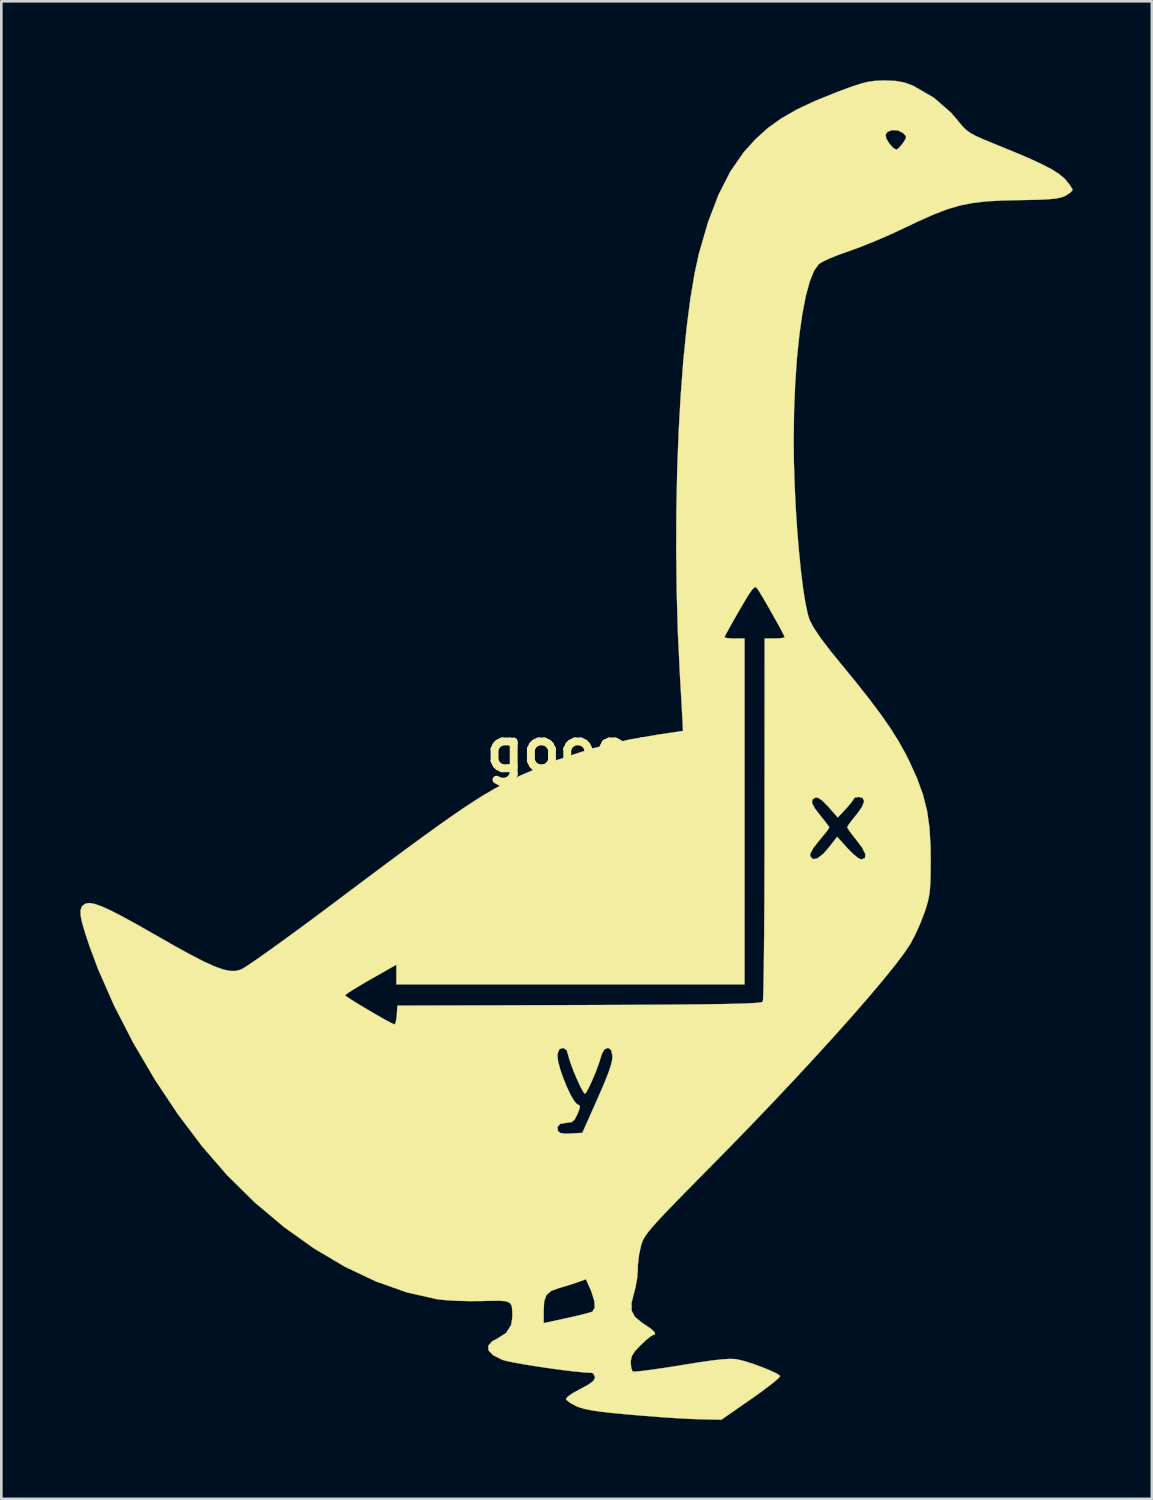
<source format=kicad_pcb>
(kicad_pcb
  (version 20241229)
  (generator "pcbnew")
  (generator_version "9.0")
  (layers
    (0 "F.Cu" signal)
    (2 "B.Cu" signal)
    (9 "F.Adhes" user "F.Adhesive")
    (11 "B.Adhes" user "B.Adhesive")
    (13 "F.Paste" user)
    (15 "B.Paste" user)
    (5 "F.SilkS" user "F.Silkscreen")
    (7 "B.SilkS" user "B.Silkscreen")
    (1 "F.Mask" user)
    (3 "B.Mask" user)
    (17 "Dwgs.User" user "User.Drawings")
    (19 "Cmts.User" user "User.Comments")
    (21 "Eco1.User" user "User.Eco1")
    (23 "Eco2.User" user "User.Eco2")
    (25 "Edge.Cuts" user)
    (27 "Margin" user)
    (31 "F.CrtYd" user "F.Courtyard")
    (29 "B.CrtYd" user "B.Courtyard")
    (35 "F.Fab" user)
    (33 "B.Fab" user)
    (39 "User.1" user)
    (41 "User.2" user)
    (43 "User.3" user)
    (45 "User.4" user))
  (footprint "goose"
    (layer "F.Cu")
    (at 18.759 25.404)
    (property "Reference" "goose" (at 0 0 0) (layer "F.SilkS") (effects (font (size 1.524 1.524) (thickness 0.3))))
    (attr through_hole)
    (fp_poly (pts (xy 12.166 -25.383) (xy 12.487 -25.327) (xy 12.794 -25.216) (xy 12.86 -25.186) (xy 13.62 -24.744) (xy 14.266 -24.181) (xy 14.519 -23.886) (xy 14.676 -23.693) (xy 14.819 -23.545) (xy 14.98 -23.422) (xy 15.191 -23.304) (xy 15.487 -23.17) (xy 15.9 -23.001) (xy 16.022 -22.951) (xy 16.739 -22.658) (xy 17.314 -22.411) (xy 17.764 -22.2) (xy 18.109 -22.018) (xy 18.365 -21.854) (xy 18.551 -21.7) (xy 18.617 -21.63) (xy 18.774 -21.436) (xy 18.868 -21.289) (xy 18.881 -21.251) (xy 18.813 -21.163) (xy 18.646 -21.049) (xy 18.605 -21.027) (xy 18.465 -20.97) (xy 18.275 -20.928) (xy 18.007 -20.899) (xy 17.634 -20.879) (xy 17.128 -20.867) (xy 16.933 -20.864) (xy 16.205 -20.848) (xy 15.599 -20.814) (xy 15.075 -20.753) (xy 14.593 -20.656) (xy 14.114 -20.513) (xy 13.599 -20.314) (xy 13.007 -20.05) (xy 12.443 -19.782) (xy 11.939 -19.548) (xy 11.39 -19.311) (xy 10.86 -19.097) (xy 10.41 -18.932) (xy 10.369 -18.918) (xy 9.978 -18.779) (xy 9.632 -18.638) (xy 9.371 -18.513) (xy 9.249 -18.433) (xy 9.072 -18.183) (xy 8.909 -17.777) (xy 8.76 -17.231) (xy 8.629 -16.559) (xy 8.517 -15.773) (xy 8.425 -14.889) (xy 8.357 -13.921) (xy 8.314 -12.882) (xy 8.299 -11.787) (xy 8.299 -11.767) (xy 8.307 -10.945) (xy 8.333 -10.09) (xy 8.375 -9.227) (xy 8.43 -8.378) (xy 8.496 -7.567) (xy 8.571 -6.816) (xy 8.654 -6.149) (xy 8.742 -5.59) (xy 8.833 -5.161) (xy 8.896 -4.957) (xy 9.047 -4.659) (xy 9.315 -4.256) (xy 9.705 -3.746) (xy 10.004 -3.379) (xy 10.636 -2.608) (xy 11.165 -1.938) (xy 11.605 -1.351) (xy 11.971 -0.825) (xy 12.275 -0.341) (xy 12.534 0.122) (xy 12.661 0.373) (xy 12.975 1.062) (xy 13.203 1.688) (xy 13.359 2.302) (xy 13.451 2.954) (xy 13.493 3.694) (xy 13.497 4.149) (xy 13.494 4.668) (xy 13.484 5.058) (xy 13.461 5.359) (xy 13.421 5.612) (xy 13.359 5.857) (xy 13.271 6.135) (xy 13.27 6.138) (xy 13.115 6.546) (xy 12.923 6.975) (xy 12.735 7.334) (xy 12.728 7.347) (xy 12.499 7.69) (xy 12.159 8.142) (xy 11.718 8.689) (xy 11.185 9.322) (xy 10.57 10.03) (xy 9.883 10.801) (xy 9.135 11.624) (xy 8.334 12.489) (xy 7.49 13.385) (xy 6.615 14.3) (xy 5.716 15.223) (xy 5.321 15.625) (xy 4.684 16.27) (xy 4.155 16.807) (xy 3.725 17.249) (xy 3.381 17.607) (xy 3.114 17.894) (xy 2.912 18.122) (xy 2.765 18.303) (xy 2.662 18.449) (xy 2.591 18.573) (xy 2.543 18.686) (xy 2.507 18.8) (xy 2.432 19.154) (xy 2.389 19.528) (xy 2.386 19.685) (xy 2.363 20.018) (xy 2.296 20.395) (xy 2.244 20.584) (xy 2.147 20.978) (xy 2.154 21.271) (xy 2.281 21.505) (xy 2.539 21.72) (xy 2.628 21.777) (xy 2.894 21.96) (xy 3.033 22.095) (xy 3.036 22.17) (xy 2.971 22.183) (xy 2.875 22.238) (xy 2.699 22.381) (xy 2.505 22.561) (xy 2.279 22.8) (xy 2.159 22.989) (xy 2.118 23.178) (xy 2.117 23.233) (xy 2.137 23.444) (xy 2.188 23.57) (xy 2.196 23.576) (xy 2.299 23.577) (xy 2.544 23.553) (xy 2.904 23.507) (xy 3.354 23.442) (xy 3.867 23.362) (xy 4.037 23.334) (xy 4.678 23.231) (xy 5.176 23.159) (xy 5.555 23.115) (xy 5.84 23.096) (xy 6.052 23.1) (xy 6.181 23.118) (xy 6.453 23.186) (xy 6.777 23.29) (xy 7.113 23.413) (xy 7.419 23.539) (xy 7.655 23.651) (xy 7.778 23.735) (xy 7.786 23.747) (xy 7.73 23.821) (xy 7.557 23.972) (xy 7.288 24.181) (xy 6.947 24.432) (xy 6.688 24.615) (xy 5.559 25.4) (xy 4.875 25.388) (xy 4.476 25.376) (xy 3.989 25.352) (xy 3.497 25.322) (xy 3.302 25.308) (xy 2.503 25.245) (xy 1.853 25.189) (xy 1.334 25.139) (xy 0.927 25.091) (xy 0.612 25.043) (xy 0.369 24.993) (xy 0.18 24.938) (xy 0.054 24.888) (xy -0.171 24.77) (xy -0.313 24.659) (xy -0.339 24.61) (xy -0.268 24.524) (xy -0.082 24.394) (xy 0.182 24.248) (xy 0.212 24.234) (xy 0.526 24.063) (xy 0.702 23.927) (xy 0.762 23.805) (xy 0.762 23.792) (xy 0.702 23.649) (xy 0.614 23.622) (xy 0.349 23.608) (xy -0.03 23.571) (xy -0.485 23.516) (xy -0.98 23.449) (xy -1.479 23.375) (xy -1.946 23.299) (xy -2.344 23.227) (xy -2.636 23.164) (xy -2.762 23.127) (xy -3.099 22.956) (xy -3.275 22.777) (xy -3.289 22.598) (xy -3.139 22.429) (xy -2.936 22.321) (xy -2.606 22.107) (xy -2.417 21.803) (xy -2.372 21.508) (xy -2.375 21.252) (xy -2.376 21.247) (xy -1.185 21.247) (xy -1.185 21.738) (xy -0.306 21.548) (xy 0.066 21.464) (xy 0.379 21.387) (xy 0.594 21.327) (xy 0.668 21.3) (xy 0.752 21.152) (xy 0.736 20.891) (xy 0.623 20.538) (xy 0.591 20.462) (xy 0.419 20.075) (xy 0.077 20.196) (xy -0.238 20.3) (xy -0.557 20.395) (xy -0.595 20.405) (xy -0.898 20.515) (xy -1.079 20.669) (xy -1.165 20.91) (xy -1.185 21.247) (xy -2.376 21.247) (xy -2.399 21.077) (xy -2.471 20.967) (xy -2.616 20.908) (xy -2.863 20.888) (xy -3.236 20.892) (xy -3.533 20.901) (xy -4.021 20.904) (xy -4.518 20.89) (xy -4.962 20.862) (xy -5.244 20.829) (xy -6.383 20.57) (xy -7.548 20.157) (xy -8.724 19.6) (xy -9.893 18.908) (xy -11.039 18.091) (xy -12.146 17.159) (xy -13.197 16.123) (xy -14.143 15.03) (xy -14.691 14.303) (xy -0.664 14.303) (xy -0.643 14.444) (xy -0.564 14.522) (xy -0.381 14.551) (xy -0.156 14.546) (xy 0.283 14.52) (xy 0.865 13.21) (xy 1.102 12.663) (xy 1.269 12.245) (xy 1.372 11.936) (xy 1.419 11.716) (xy 1.422 11.601) (xy 1.38 11.39) (xy 1.288 11.308) (xy 1.237 11.303) (xy 1.117 11.355) (xy 1.021 11.531) (xy 0.974 11.684) (xy 0.893 11.937) (xy 0.78 12.235) (xy 0.654 12.535) (xy 0.532 12.796) (xy 0.433 12.978) (xy 0.379 13.039) (xy 0.316 12.966) (xy 0.214 12.776) (xy 0.09 12.512) (xy -0.036 12.214) (xy -0.147 11.925) (xy -0.225 11.688) (xy -0.246 11.599) (xy -0.312 11.387) (xy -0.424 11.307) (xy -0.467 11.303) (xy -0.592 11.347) (xy -0.652 11.505) (xy -0.662 11.585) (xy -0.642 11.79) (xy -0.566 12.083) (xy -0.45 12.422) (xy -0.311 12.767) (xy -0.164 13.078) (xy -0.028 13.314) (xy 0.082 13.434) (xy 0.096 13.44) (xy 0.178 13.477) (xy 0.188 13.558) (xy 0.128 13.731) (xy 0.096 13.807) (xy -0.012 14.021) (xy -0.132 14.117) (xy -0.313 14.138) (xy -0.561 14.181) (xy -0.664 14.303) (xy -14.691 14.303) (xy -15.067 13.804) (xy -15.945 12.482) (xy -16.757 11.1) (xy -17.479 9.696) (xy -17.652 9.302) (xy -8.718 9.302) (xy -8.648 9.359) (xy -8.465 9.48) (xy -8.202 9.643) (xy -7.893 9.828) (xy -7.571 10.017) (xy -7.272 10.188) (xy -7.028 10.321) (xy -6.873 10.398) (xy -6.842 10.409) (xy -6.8 10.337) (xy -6.766 10.149) (xy -6.757 10.054) (xy -6.731 9.694) (xy 0.165 9.673) (xy 1.463 9.668) (xy 2.6 9.663) (xy 3.586 9.657) (xy 4.43 9.65) (xy 5.141 9.642) (xy 5.726 9.632) (xy 6.197 9.621) (xy 6.56 9.609) (xy 6.826 9.594) (xy 7.004 9.578) (xy 7.101 9.56) (xy 7.127 9.546) (xy 7.138 9.446) (xy 7.148 9.191) (xy 7.157 8.792) (xy 7.165 8.262) (xy 7.173 7.614) (xy 7.18 6.861) (xy 7.186 6.016) (xy 7.19 5.092) (xy 7.193 4.102) (xy 7.194 4.021) (xy 8.92 4.021) (xy 9.029 4.139) (xy 9.2 4.109) (xy 9.422 3.936) (xy 9.611 3.719) (xy 9.948 3.29) (xy 10.336 3.719) (xy 10.55 3.936) (xy 10.738 4.091) (xy 10.856 4.149) (xy 11.003 4.098) (xy 11.018 3.95) (xy 10.902 3.71) (xy 10.706 3.446) (xy 10.519 3.211) (xy 10.384 3.026) (xy 10.329 2.929) (xy 10.329 2.928) (xy 10.38 2.836) (xy 10.512 2.657) (xy 10.678 2.453) (xy 10.893 2.156) (xy 10.972 1.941) (xy 10.914 1.813) (xy 10.755 1.778) (xy 10.615 1.804) (xy 10.581 1.841) (xy 10.527 1.935) (xy 10.389 2.104) (xy 10.276 2.231) (xy 9.973 2.557) (xy 9.616 2.152) (xy 9.383 1.912) (xy 9.215 1.804) (xy 9.117 1.803) (xy 9.003 1.883) (xy 8.996 2.013) (xy 9.102 2.213) (xy 9.313 2.487) (xy 9.489 2.706) (xy 9.612 2.87) (xy 9.652 2.938) (xy 9.601 3.018) (xy 9.467 3.189) (xy 9.278 3.417) (xy 9.262 3.436) (xy 9.049 3.711) (xy 8.933 3.92) (xy 8.92 4.021) (xy 7.194 4.021) (xy 7.195 3.058) (xy 7.195 2.603) (xy 7.197 -4.233) (xy 7.578 -4.233) (xy 7.805 -4.243) (xy 7.941 -4.269) (xy 7.959 -4.284) (xy 7.919 -4.375) (xy 7.814 -4.577) (xy 7.662 -4.854) (xy 7.484 -5.171) (xy 7.301 -5.494) (xy 7.13 -5.786) (xy 6.994 -6.012) (xy 6.917 -6.129) (xy 6.865 -6.178) (xy 6.803 -6.168) (xy 6.716 -6.079) (xy 6.589 -5.893) (xy 6.406 -5.59) (xy 6.239 -5.304) (xy 6.03 -4.94) (xy 5.856 -4.63) (xy 5.732 -4.403) (xy 5.675 -4.287) (xy 5.673 -4.279) (xy 5.748 -4.252) (xy 5.94 -4.235) (xy 6.054 -4.233) (xy 6.435 -4.233) (xy 6.435 8.89) (xy -6.773 8.89) (xy -6.773 8.141) (xy -7.747 8.694) (xy -8.107 8.903) (xy -8.406 9.084) (xy -8.618 9.221) (xy -8.714 9.296) (xy -8.718 9.302) (xy -17.652 9.302) (xy -18.09 8.306) (xy -18.404 7.465) (xy -18.579 6.943) (xy -18.693 6.555) (xy -18.75 6.275) (xy -18.754 6.081) (xy -18.71 5.949) (xy -18.665 5.893) (xy -18.561 5.824) (xy -18.418 5.802) (xy -18.222 5.835) (xy -17.958 5.926) (xy -17.611 6.084) (xy -17.165 6.313) (xy -16.606 6.621) (xy -15.929 7.006) (xy -15.193 7.425) (xy -14.585 7.76) (xy -14.087 8.016) (xy -13.685 8.2) (xy -13.361 8.318) (xy -13.101 8.376) (xy -12.888 8.381) (xy -12.706 8.338) (xy -12.605 8.292) (xy -12.433 8.185) (xy -12.145 7.99) (xy -11.756 7.717) (xy -11.286 7.38) (xy -10.75 6.991) (xy -10.167 6.563) (xy -9.555 6.108) (xy -9.144 5.8) (xy -8.134 5.042) (xy -7.246 4.379) (xy -6.468 3.802) (xy -5.789 3.304) (xy -5.196 2.876) (xy -4.677 2.509) (xy -4.22 2.196) (xy -3.813 1.929) (xy -3.444 1.698) (xy -3.101 1.497) (xy -2.771 1.315) (xy -2.444 1.147) (xy -2.106 0.982) (xy -2.074 0.967) (xy -0.742 0.398) (xy 0.616 -0.052) (xy 2.045 -0.395) (xy 3.087 -0.575) (xy 4.1 -0.727) (xy 4.079 -1.146) (xy 4.067 -1.378) (xy 4.047 -1.738) (xy 4.022 -2.185) (xy 3.994 -2.677) (xy 3.98 -2.921) (xy 3.907 -4.441) (xy 3.862 -5.987) (xy 3.843 -7.539) (xy 3.849 -9.08) (xy 3.88 -10.593) (xy 3.935 -12.06) (xy 4.014 -13.464) (xy 4.114 -14.786) (xy 4.236 -16.008) (xy 4.379 -17.114) (xy 4.541 -18.086) (xy 4.706 -18.838) (xy 5.052 -20.031) (xy 5.449 -21.068) (xy 5.896 -21.946) (xy 6.393 -22.664) (xy 6.429 -22.708) (xy 6.862 -23.184) (xy 7.035 -23.339) (xy 11.783 -23.339) (xy 11.817 -23.189) (xy 11.93 -23.002) (xy 12.074 -22.842) (xy 12.201 -22.775) (xy 12.288 -22.838) (xy 12.418 -22.99) (xy 12.438 -23.018) (xy 12.548 -23.186) (xy 12.56 -23.285) (xy 12.476 -23.383) (xy 12.451 -23.406) (xy 12.257 -23.506) (xy 12.038 -23.52) (xy 11.858 -23.454) (xy 11.783 -23.339) (xy 7.035 -23.339) (xy 7.318 -23.595) (xy 7.826 -23.96) (xy 8.414 -24.298) (xy 9.11 -24.626) (xy 9.943 -24.962) (xy 10.003 -24.985) (xy 10.47 -25.157) (xy 10.823 -25.274) (xy 11.105 -25.347) (xy 11.359 -25.385) (xy 11.628 -25.398) (xy 11.754 -25.399) (xy 12.166 -25.383)) (stroke (width 0.01) (type solid)) (fill yes) (layer "F.SilkS")))
  (gr_rect
    (start -3 -3)
    (end 40.645 53.809)
    (stroke (width 0.1) (type default))
    (fill no)
    (layer "Edge.Cuts")))
</source>
